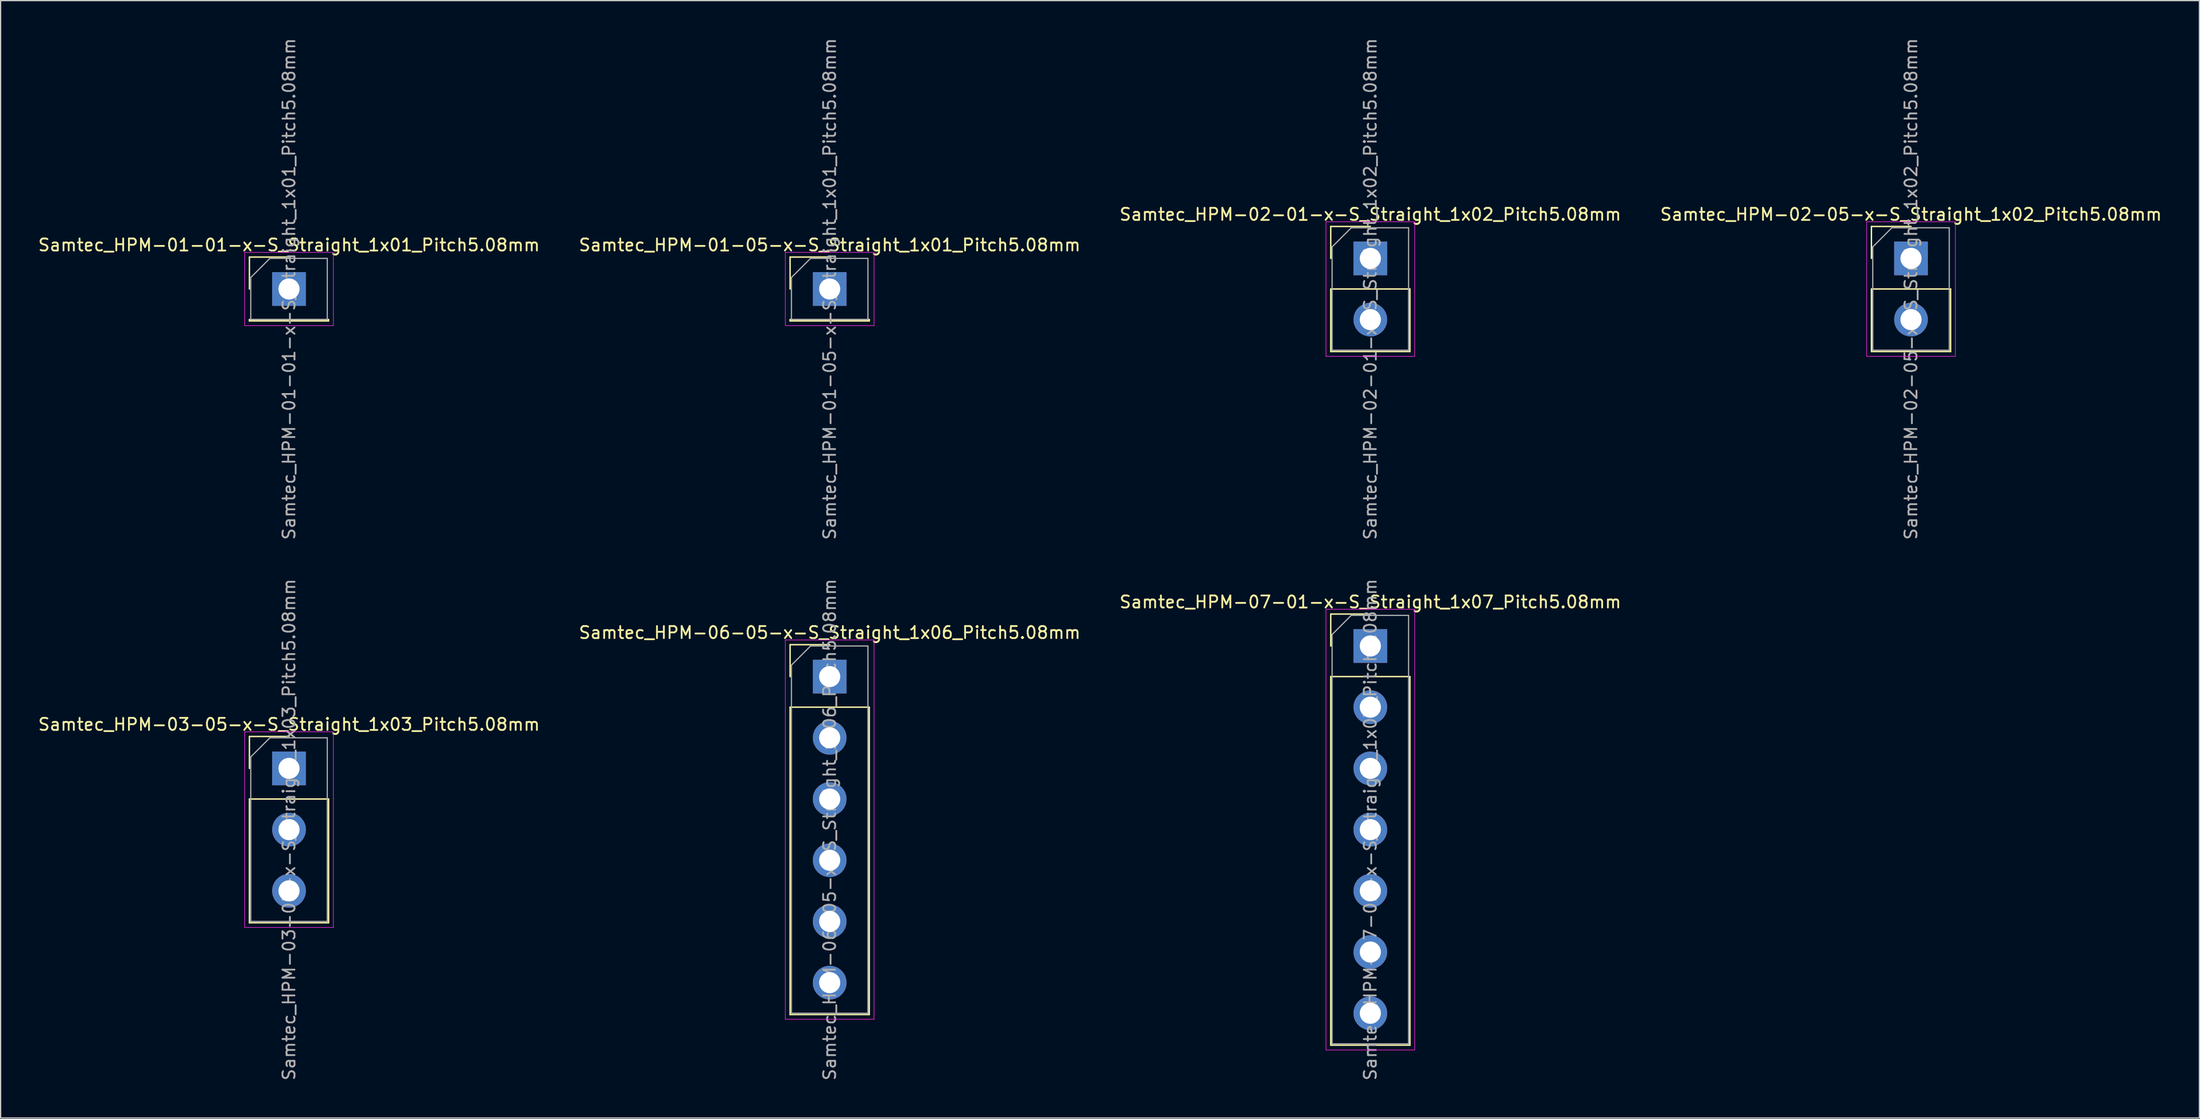
<source format=kicad_pcb>
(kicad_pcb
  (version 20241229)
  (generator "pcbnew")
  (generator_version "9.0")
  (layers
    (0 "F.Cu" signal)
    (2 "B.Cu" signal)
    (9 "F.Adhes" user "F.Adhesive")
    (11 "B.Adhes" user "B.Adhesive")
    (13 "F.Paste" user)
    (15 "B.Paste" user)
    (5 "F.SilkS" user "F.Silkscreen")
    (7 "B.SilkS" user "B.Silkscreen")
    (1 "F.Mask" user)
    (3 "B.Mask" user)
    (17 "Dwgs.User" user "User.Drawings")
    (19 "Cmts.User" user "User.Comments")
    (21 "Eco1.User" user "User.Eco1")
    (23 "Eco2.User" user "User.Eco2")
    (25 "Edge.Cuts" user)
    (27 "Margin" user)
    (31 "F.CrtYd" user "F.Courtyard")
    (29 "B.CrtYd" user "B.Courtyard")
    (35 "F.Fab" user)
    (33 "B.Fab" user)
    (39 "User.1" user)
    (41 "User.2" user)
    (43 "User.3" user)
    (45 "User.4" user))
  (footprint "Samtec_HPM-02-05-x-S_Straight_1x02_Pitch5.08mm"
    (layer "F.Cu")
    (at 155.542 18.395)
    (property "Reference" "Samtec_HPM-02-05-x-S_Straight_1x02_Pitch5.08mm" (at 0 -3.65 0) (layer "F.SilkS") (effects (font (size 1 1) (thickness 0.15))))
    (attr through_hole)
    (fp_line (start -3.285 -2.65) (end 0 -2.65) (stroke (width 0.12) (type solid)) (layer "F.SilkS"))
    (fp_line (start -3.285 0) (end -3.285 -2.65) (stroke (width 0.12) (type solid)) (layer "F.SilkS"))
    (fp_line (start -3.285 2.54) (end -3.285 7.73) (stroke (width 0.12) (type solid)) (layer "F.SilkS"))
    (fp_line (start -3.285 2.54) (end 3.285 2.54) (stroke (width 0.12) (type solid)) (layer "F.SilkS"))
    (fp_line (start -3.285 7.73) (end 3.285 7.73) (stroke (width 0.12) (type solid)) (layer "F.SilkS"))
    (fp_line (start 3.285 2.54) (end 3.285 7.73) (stroke (width 0.12) (type solid)) (layer "F.SilkS"))
    (fp_line (start -3.68 -3.04) (end -3.68 8.13) (stroke (width 0.05) (type solid)) (layer "F.CrtYd"))
    (fp_line (start -3.68 8.13) (end 3.68 8.13) (stroke (width 0.05) (type solid)) (layer "F.CrtYd"))
    (fp_line (start 3.68 -3.04) (end -3.68 -3.04) (stroke (width 0.05) (type solid)) (layer "F.CrtYd"))
    (fp_line (start 3.68 8.13) (end 3.68 -3.04) (stroke (width 0.05) (type solid)) (layer "F.CrtYd"))
    (fp_line (start -3.175 -0.953) (end -1.587 -2.54) (stroke (width 0.1) (type solid)) (layer "F.Fab"))
    (fp_line (start -3.175 7.62) (end -3.175 -0.953) (stroke (width 0.1) (type solid)) (layer "F.Fab"))
    (fp_line (start -1.587 -2.54) (end 3.175 -2.54) (stroke (width 0.1) (type solid)) (layer "F.Fab"))
    (fp_line (start 3.175 -2.54) (end 3.175 7.62) (stroke (width 0.1) (type solid)) (layer "F.Fab"))
    (fp_line (start 3.175 7.62) (end -3.175 7.62) (stroke (width 0.1) (type solid)) (layer "F.Fab"))
    (fp_text user "${REFERENCE}" (at 0 2.54 90) (layer "F.Fab") (effects (font (size 1 1) (thickness 0.15))))
    (pad "1" thru_hole rect (at 0 0) (size 2.8 2.8) (drill 1.75) (layers "*.Cu" "*.Mask"))
    (pad "2" thru_hole circle (at 0 5.08) (size 2.8 2.8) (drill 1.75) (layers "*.Cu" "*.Mask")))
  (footprint "Samtec_HPM-01-05-x-S_Straight_1x01_Pitch5.08mm"
    (layer "F.Cu")
    (at 65.804 20.935)
    (property "Reference" "Samtec_HPM-01-05-x-S_Straight_1x01_Pitch5.08mm" (at 0 -3.65 0) (layer "F.SilkS") (effects (font (size 1 1) (thickness 0.15))))
    (attr through_hole)
    (fp_line (start -3.285 -2.65) (end 0 -2.65) (stroke (width 0.12) (type solid)) (layer "F.SilkS"))
    (fp_line (start -3.285 0) (end -3.285 -2.65) (stroke (width 0.12) (type solid)) (layer "F.SilkS"))
    (fp_line (start -3.285 2.54) (end -3.285 2.65) (stroke (width 0.12) (type solid)) (layer "F.SilkS"))
    (fp_line (start -3.285 2.54) (end 3.285 2.54) (stroke (width 0.12) (type solid)) (layer "F.SilkS"))
    (fp_line (start -3.285 2.65) (end 3.285 2.65) (stroke (width 0.12) (type solid)) (layer "F.SilkS"))
    (fp_line (start 3.285 2.54) (end 3.285 2.65) (stroke (width 0.12) (type solid)) (layer "F.SilkS"))
    (fp_line (start -3.68 -3.04) (end -3.68 3.04) (stroke (width 0.05) (type solid)) (layer "F.CrtYd"))
    (fp_line (start -3.68 3.04) (end 3.68 3.04) (stroke (width 0.05) (type solid)) (layer "F.CrtYd"))
    (fp_line (start 3.68 -3.04) (end -3.68 -3.04) (stroke (width 0.05) (type solid)) (layer "F.CrtYd"))
    (fp_line (start 3.68 3.04) (end 3.68 -3.04) (stroke (width 0.05) (type solid)) (layer "F.CrtYd"))
    (fp_line (start -3.175 -0.953) (end -1.587 -2.54) (stroke (width 0.1) (type solid)) (layer "F.Fab"))
    (fp_line (start -3.175 2.54) (end -3.175 -0.953) (stroke (width 0.1) (type solid)) (layer "F.Fab"))
    (fp_line (start -1.587 -2.54) (end 3.175 -2.54) (stroke (width 0.1) (type solid)) (layer "F.Fab"))
    (fp_line (start 3.175 -2.54) (end 3.175 2.54) (stroke (width 0.1) (type solid)) (layer "F.Fab"))
    (fp_line (start 3.175 2.54) (end -3.175 2.54) (stroke (width 0.1) (type solid)) (layer "F.Fab"))
    (fp_text user "${REFERENCE}" (at 0 0 90) (layer "F.Fab") (effects (font (size 1 1) (thickness 0.15))))
    (pad "1" thru_hole rect (at 0 0) (size 2.8 2.8) (drill 1.75) (layers "*.Cu" "*.Mask")))
  (footprint "Samtec_HPM-03-05-x-S_Straight_1x03_Pitch5.08mm"
    (layer "F.Cu")
    (at 20.935 60.724)
    (property "Reference" "Samtec_HPM-03-05-x-S_Straight_1x03_Pitch5.08mm" (at 0 -3.65 0) (layer "F.SilkS") (effects (font (size 1 1) (thickness 0.15))))
    (attr through_hole)
    (fp_line (start -3.285 -2.65) (end 0 -2.65) (stroke (width 0.12) (type solid)) (layer "F.SilkS"))
    (fp_line (start -3.285 0) (end -3.285 -2.65) (stroke (width 0.12) (type solid)) (layer "F.SilkS"))
    (fp_line (start -3.285 2.54) (end -3.285 12.81) (stroke (width 0.12) (type solid)) (layer "F.SilkS"))
    (fp_line (start -3.285 2.54) (end 3.285 2.54) (stroke (width 0.12) (type solid)) (layer "F.SilkS"))
    (fp_line (start -3.285 12.81) (end 3.285 12.81) (stroke (width 0.12) (type solid)) (layer "F.SilkS"))
    (fp_line (start 3.285 2.54) (end 3.285 12.81) (stroke (width 0.12) (type solid)) (layer "F.SilkS"))
    (fp_line (start -3.68 -3.04) (end -3.68 13.2) (stroke (width 0.05) (type solid)) (layer "F.CrtYd"))
    (fp_line (start -3.68 13.2) (end 3.68 13.2) (stroke (width 0.05) (type solid)) (layer "F.CrtYd"))
    (fp_line (start 3.68 -3.04) (end -3.68 -3.04) (stroke (width 0.05) (type solid)) (layer "F.CrtYd"))
    (fp_line (start 3.68 13.2) (end 3.68 -3.04) (stroke (width 0.05) (type solid)) (layer "F.CrtYd"))
    (fp_line (start -3.175 -0.953) (end -1.587 -2.54) (stroke (width 0.1) (type solid)) (layer "F.Fab"))
    (fp_line (start -3.175 12.7) (end -3.175 -0.953) (stroke (width 0.1) (type solid)) (layer "F.Fab"))
    (fp_line (start -1.587 -2.54) (end 3.175 -2.54) (stroke (width 0.1) (type solid)) (layer "F.Fab"))
    (fp_line (start 3.175 -2.54) (end 3.175 12.7) (stroke (width 0.1) (type solid)) (layer "F.Fab"))
    (fp_line (start 3.175 12.7) (end -3.175 12.7) (stroke (width 0.1) (type solid)) (layer "F.Fab"))
    (fp_text user "${REFERENCE}" (at 0 5.08 90) (layer "F.Fab") (effects (font (size 1 1) (thickness 0.15))))
    (pad "1" thru_hole rect (at 0 0) (size 2.8 2.8) (drill 1.75) (layers "*.Cu" "*.Mask"))
    (pad "2" thru_hole circle (at 0 5.08) (size 2.8 2.8) (drill 1.75) (layers "*.Cu" "*.Mask"))
    (pad "3" thru_hole circle (at 0 10.16) (size 2.8 2.8) (drill 1.75) (layers "*.Cu" "*.Mask")))
  (footprint "Samtec_HPM-01-01-x-S_Straight_1x01_Pitch5.08mm"
    (layer "F.Cu")
    (at 20.935 20.935)
    (property "Reference" "Samtec_HPM-01-01-x-S_Straight_1x01_Pitch5.08mm" (at 0 -3.65 0) (layer "F.SilkS") (effects (font (size 1 1) (thickness 0.15))))
    (attr through_hole)
    (fp_line (start -3.285 -2.65) (end 0 -2.65) (stroke (width 0.12) (type solid)) (layer "F.SilkS"))
    (fp_line (start -3.285 0) (end -3.285 -2.65) (stroke (width 0.12) (type solid)) (layer "F.SilkS"))
    (fp_line (start -3.285 2.54) (end -3.285 2.65) (stroke (width 0.12) (type solid)) (layer "F.SilkS"))
    (fp_line (start -3.285 2.54) (end 3.285 2.54) (stroke (width 0.12) (type solid)) (layer "F.SilkS"))
    (fp_line (start -3.285 2.65) (end 3.285 2.65) (stroke (width 0.12) (type solid)) (layer "F.SilkS"))
    (fp_line (start 3.285 2.54) (end 3.285 2.65) (stroke (width 0.12) (type solid)) (layer "F.SilkS"))
    (fp_line (start -3.68 -3.04) (end -3.68 3.04) (stroke (width 0.05) (type solid)) (layer "F.CrtYd"))
    (fp_line (start -3.68 3.04) (end 3.68 3.04) (stroke (width 0.05) (type solid)) (layer "F.CrtYd"))
    (fp_line (start 3.68 -3.04) (end -3.68 -3.04) (stroke (width 0.05) (type solid)) (layer "F.CrtYd"))
    (fp_line (start 3.68 3.04) (end 3.68 -3.04) (stroke (width 0.05) (type solid)) (layer "F.CrtYd"))
    (fp_line (start -3.175 -0.953) (end -1.587 -2.54) (stroke (width 0.1) (type solid)) (layer "F.Fab"))
    (fp_line (start -3.175 2.54) (end -3.175 -0.953) (stroke (width 0.1) (type solid)) (layer "F.Fab"))
    (fp_line (start -1.587 -2.54) (end 3.175 -2.54) (stroke (width 0.1) (type solid)) (layer "F.Fab"))
    (fp_line (start 3.175 -2.54) (end 3.175 2.54) (stroke (width 0.1) (type solid)) (layer "F.Fab"))
    (fp_line (start 3.175 2.54) (end -3.175 2.54) (stroke (width 0.1) (type solid)) (layer "F.Fab"))
    (fp_text user "${REFERENCE}" (at 0 0 90) (layer "F.Fab") (effects (font (size 1 1) (thickness 0.15))))
    (pad "1" thru_hole rect (at 0 0) (size 2.8 2.8) (drill 1.75) (layers "*.Cu" "*.Mask")))
  (footprint "Samtec_HPM-02-01-x-S_Straight_1x02_Pitch5.08mm"
    (layer "F.Cu")
    (at 110.673 18.395)
    (property "Reference" "Samtec_HPM-02-01-x-S_Straight_1x02_Pitch5.08mm" (at 0 -3.65 0) (layer "F.SilkS") (effects (font (size 1 1) (thickness 0.15))))
    (attr through_hole)
    (fp_line (start -3.285 -2.65) (end 0 -2.65) (stroke (width 0.12) (type solid)) (layer "F.SilkS"))
    (fp_line (start -3.285 0) (end -3.285 -2.65) (stroke (width 0.12) (type solid)) (layer "F.SilkS"))
    (fp_line (start -3.285 2.54) (end -3.285 7.73) (stroke (width 0.12) (type solid)) (layer "F.SilkS"))
    (fp_line (start -3.285 2.54) (end 3.285 2.54) (stroke (width 0.12) (type solid)) (layer "F.SilkS"))
    (fp_line (start -3.285 7.73) (end 3.285 7.73) (stroke (width 0.12) (type solid)) (layer "F.SilkS"))
    (fp_line (start 3.285 2.54) (end 3.285 7.73) (stroke (width 0.12) (type solid)) (layer "F.SilkS"))
    (fp_line (start -3.68 -3.04) (end -3.68 8.13) (stroke (width 0.05) (type solid)) (layer "F.CrtYd"))
    (fp_line (start -3.68 8.13) (end 3.68 8.13) (stroke (width 0.05) (type solid)) (layer "F.CrtYd"))
    (fp_line (start 3.68 -3.04) (end -3.68 -3.04) (stroke (width 0.05) (type solid)) (layer "F.CrtYd"))
    (fp_line (start 3.68 8.13) (end 3.68 -3.04) (stroke (width 0.05) (type solid)) (layer "F.CrtYd"))
    (fp_line (start -3.175 -0.953) (end -1.587 -2.54) (stroke (width 0.1) (type solid)) (layer "F.Fab"))
    (fp_line (start -3.175 7.62) (end -3.175 -0.953) (stroke (width 0.1) (type solid)) (layer "F.Fab"))
    (fp_line (start -1.587 -2.54) (end 3.175 -2.54) (stroke (width 0.1) (type solid)) (layer "F.Fab"))
    (fp_line (start 3.175 -2.54) (end 3.175 7.62) (stroke (width 0.1) (type solid)) (layer "F.Fab"))
    (fp_line (start 3.175 7.62) (end -3.175 7.62) (stroke (width 0.1) (type solid)) (layer "F.Fab"))
    (fp_text user "${REFERENCE}" (at 0 2.54 90) (layer "F.Fab") (effects (font (size 1 1) (thickness 0.15))))
    (pad "1" thru_hole rect (at 0 0) (size 2.8 2.8) (drill 1.75) (layers "*.Cu" "*.Mask"))
    (pad "2" thru_hole circle (at 0 5.08) (size 2.8 2.8) (drill 1.75) (layers "*.Cu" "*.Mask")))
  (footprint "Samtec_HPM-06-05-x-S_Straight_1x06_Pitch5.08mm"
    (layer "F.Cu")
    (at 65.804 53.104)
    (property "Reference" "Samtec_HPM-06-05-x-S_Straight_1x06_Pitch5.08mm" (at 0 -3.65 0) (layer "F.SilkS") (effects (font (size 1 1) (thickness 0.15))))
    (attr through_hole)
    (fp_line (start -3.285 -2.65) (end 0 -2.65) (stroke (width 0.12) (type solid)) (layer "F.SilkS"))
    (fp_line (start -3.285 0) (end -3.285 -2.65) (stroke (width 0.12) (type solid)) (layer "F.SilkS"))
    (fp_line (start -3.285 2.54) (end -3.285 28.05) (stroke (width 0.12) (type solid)) (layer "F.SilkS"))
    (fp_line (start -3.285 2.54) (end 3.285 2.54) (stroke (width 0.12) (type solid)) (layer "F.SilkS"))
    (fp_line (start -3.285 28.05) (end 3.285 28.05) (stroke (width 0.12) (type solid)) (layer "F.SilkS"))
    (fp_line (start 3.285 2.54) (end 3.285 28.05) (stroke (width 0.12) (type solid)) (layer "F.SilkS"))
    (fp_line (start -3.68 -3.04) (end -3.68 28.44) (stroke (width 0.05) (type solid)) (layer "F.CrtYd"))
    (fp_line (start -3.68 28.44) (end 3.68 28.44) (stroke (width 0.05) (type solid)) (layer "F.CrtYd"))
    (fp_line (start 3.68 -3.04) (end -3.68 -3.04) (stroke (width 0.05) (type solid)) (layer "F.CrtYd"))
    (fp_line (start 3.68 28.44) (end 3.68 -3.04) (stroke (width 0.05) (type solid)) (layer "F.CrtYd"))
    (fp_line (start -3.175 -0.953) (end -1.587 -2.54) (stroke (width 0.1) (type solid)) (layer "F.Fab"))
    (fp_line (start -3.175 27.94) (end -3.175 -0.953) (stroke (width 0.1) (type solid)) (layer "F.Fab"))
    (fp_line (start -1.587 -2.54) (end 3.175 -2.54) (stroke (width 0.1) (type solid)) (layer "F.Fab"))
    (fp_line (start 3.175 -2.54) (end 3.175 27.94) (stroke (width 0.1) (type solid)) (layer "F.Fab"))
    (fp_line (start 3.175 27.94) (end -3.175 27.94) (stroke (width 0.1) (type solid)) (layer "F.Fab"))
    (fp_text user "${REFERENCE}" (at 0 12.7 90) (layer "F.Fab") (effects (font (size 1 1) (thickness 0.15))))
    (pad "1" thru_hole rect (at 0 0) (size 2.8 2.8) (drill 1.75) (layers "*.Cu" "*.Mask"))
    (pad "2" thru_hole circle (at 0 5.08) (size 2.8 2.8) (drill 1.75) (layers "*.Cu" "*.Mask"))
    (pad "3" thru_hole circle (at 0 10.16) (size 2.8 2.8) (drill 1.75) (layers "*.Cu" "*.Mask"))
    (pad "4" thru_hole circle (at 0 15.24) (size 2.8 2.8) (drill 1.75) (layers "*.Cu" "*.Mask"))
    (pad "5" thru_hole circle (at 0 20.32) (size 2.8 2.8) (drill 1.75) (layers "*.Cu" "*.Mask"))
    (pad "6" thru_hole circle (at 0 25.4) (size 2.8 2.8) (drill 1.75) (layers "*.Cu" "*.Mask")))
  (footprint "Samtec_HPM-07-01-x-S_Straight_1x07_Pitch5.08mm"
    (layer "F.Cu")
    (at 110.673 50.564)
    (property "Reference" "Samtec_HPM-07-01-x-S_Straight_1x07_Pitch5.08mm" (at 0 -3.65 0) (layer "F.SilkS") (effects (font (size 1 1) (thickness 0.15))))
    (attr through_hole)
    (fp_line (start -3.285 -2.65) (end 0 -2.65) (stroke (width 0.12) (type solid)) (layer "F.SilkS"))
    (fp_line (start -3.285 0) (end -3.285 -2.65) (stroke (width 0.12) (type solid)) (layer "F.SilkS"))
    (fp_line (start -3.285 2.54) (end -3.285 33.13) (stroke (width 0.12) (type solid)) (layer "F.SilkS"))
    (fp_line (start -3.285 2.54) (end 3.285 2.54) (stroke (width 0.12) (type solid)) (layer "F.SilkS"))
    (fp_line (start -3.285 33.13) (end 3.285 33.13) (stroke (width 0.12) (type solid)) (layer "F.SilkS"))
    (fp_line (start 3.285 2.54) (end 3.285 33.13) (stroke (width 0.12) (type solid)) (layer "F.SilkS"))
    (fp_line (start -3.68 -3.05) (end -3.68 33.53) (stroke (width 0.05) (type solid)) (layer "F.CrtYd"))
    (fp_line (start -3.68 33.53) (end 3.68 33.53) (stroke (width 0.05) (type solid)) (layer "F.CrtYd"))
    (fp_line (start 3.68 -3.05) (end -3.68 -3.05) (stroke (width 0.05) (type solid)) (layer "F.CrtYd"))
    (fp_line (start 3.68 33.53) (end 3.68 -3.05) (stroke (width 0.05) (type solid)) (layer "F.CrtYd"))
    (fp_line (start -3.175 -0.953) (end -1.587 -2.54) (stroke (width 0.1) (type solid)) (layer "F.Fab"))
    (fp_line (start -3.175 33.02) (end -3.175 -0.953) (stroke (width 0.1) (type solid)) (layer "F.Fab"))
    (fp_line (start -1.587 -2.54) (end 3.175 -2.54) (stroke (width 0.1) (type solid)) (layer "F.Fab"))
    (fp_line (start 3.175 -2.54) (end 3.175 33.02) (stroke (width 0.1) (type solid)) (layer "F.Fab"))
    (fp_line (start 3.175 33.02) (end -3.175 33.02) (stroke (width 0.1) (type solid)) (layer "F.Fab"))
    (fp_text user "${REFERENCE}" (at 0 15.24 90) (layer "F.Fab") (effects (font (size 1 1) (thickness 0.15))))
    (pad "1" thru_hole rect (at 0 0) (size 2.8 2.8) (drill 1.75) (layers "*.Cu" "*.Mask"))
    (pad "2" thru_hole circle (at 0 5.08) (size 2.8 2.8) (drill 1.75) (layers "*.Cu" "*.Mask"))
    (pad "3" thru_hole circle (at 0 10.16) (size 2.8 2.8) (drill 1.75) (layers "*.Cu" "*.Mask"))
    (pad "4" thru_hole circle (at 0 15.24) (size 2.8 2.8) (drill 1.75) (layers "*.Cu" "*.Mask"))
    (pad "5" thru_hole circle (at 0 20.32) (size 2.8 2.8) (drill 1.75) (layers "*.Cu" "*.Mask"))
    (pad "6" thru_hole circle (at 0 25.4) (size 2.8 2.8) (drill 1.75) (layers "*.Cu" "*.Mask"))
    (pad "7" thru_hole circle (at 0 30.48) (size 2.8 2.8) (drill 1.75) (layers "*.Cu" "*.Mask")))
  (gr_rect
    (start -3 -3)
    (end 179.476 89.738)
    (stroke (width 0.1) (type default))
    (fill no)
    (layer "Edge.Cuts")))
</source>
